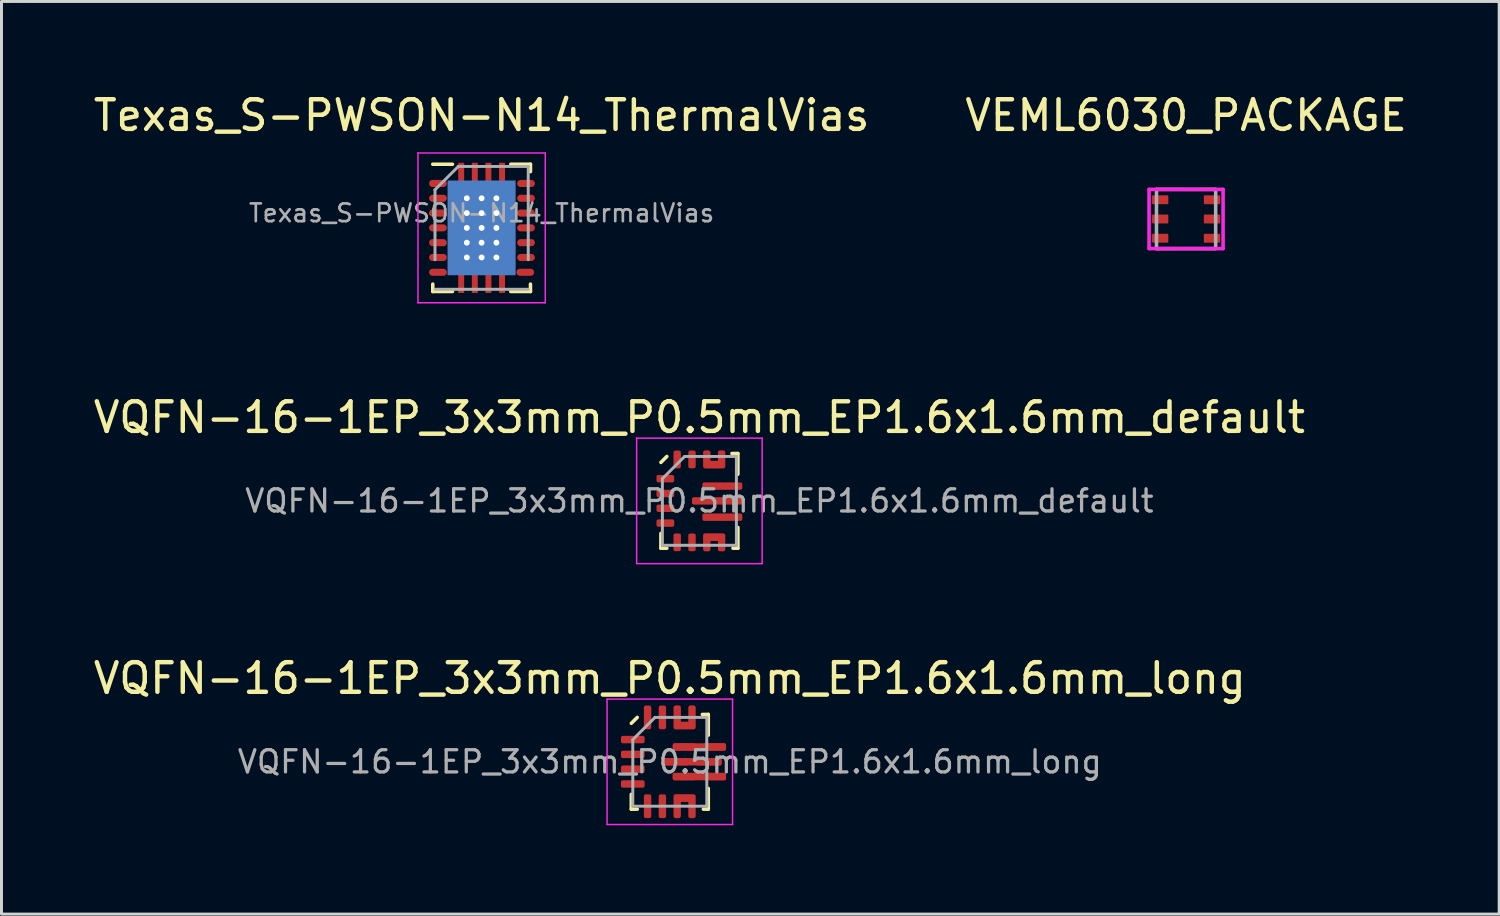
<source format=kicad_pcb>
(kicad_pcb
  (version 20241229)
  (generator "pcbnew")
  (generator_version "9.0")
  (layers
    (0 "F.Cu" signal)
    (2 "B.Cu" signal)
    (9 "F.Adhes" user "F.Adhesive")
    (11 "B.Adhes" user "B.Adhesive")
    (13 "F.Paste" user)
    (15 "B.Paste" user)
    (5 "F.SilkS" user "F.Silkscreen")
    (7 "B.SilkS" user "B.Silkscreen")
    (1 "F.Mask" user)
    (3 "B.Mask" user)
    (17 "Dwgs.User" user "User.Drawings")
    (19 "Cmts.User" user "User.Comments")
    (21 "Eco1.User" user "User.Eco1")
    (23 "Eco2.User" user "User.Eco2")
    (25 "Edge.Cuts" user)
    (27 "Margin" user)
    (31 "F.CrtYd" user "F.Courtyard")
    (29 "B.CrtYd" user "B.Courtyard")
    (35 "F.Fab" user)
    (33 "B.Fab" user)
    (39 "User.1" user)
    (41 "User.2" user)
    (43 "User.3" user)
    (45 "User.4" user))
  (footprint "VEML6030_PACKAGE"
    (layer "F.Cu")
    (at 37.018 4.348)
    (property "Reference" "VEML6030_PACKAGE" (at 0 -3.5 0) (layer "F.SilkS") (effects (font (size 1 1) (thickness 0.15))))
    (attr through_hole)
    (fp_line (start -1 -1) (end 0 -1) (stroke (width 0.1) (type solid)) (layer "F.SilkS"))
    (fp_line (start -1 1) (end -0.5 1) (stroke (width 0.1) (type solid)) (layer "F.SilkS"))
    (fp_line (start 1 -1) (end 0.5 -1) (stroke (width 0.1) (type solid)) (layer "F.SilkS"))
    (fp_line (start 1 1) (end 0.5 1) (stroke (width 0.1) (type solid)) (layer "F.SilkS"))
    (fp_line (start -1.25 -1) (end 1.25 -1) (stroke (width 0.12) (type solid)) (layer "F.CrtYd"))
    (fp_line (start -1.25 1) (end -1.25 -1) (stroke (width 0.12) (type solid)) (layer "F.CrtYd"))
    (fp_line (start 1.25 -1) (end 1.25 1) (stroke (width 0.12) (type solid)) (layer "F.CrtYd"))
    (fp_line (start 1.25 1) (end -1.25 1) (stroke (width 0.12) (type solid)) (layer "F.CrtYd"))
    (fp_line (start -1 -1) (end 1 -1) (stroke (width 0.12) (type solid)) (layer "F.Fab"))
    (fp_line (start -1 1) (end -1 -1) (stroke (width 0.12) (type solid)) (layer "F.Fab"))
    (fp_line (start 1 -1) (end 1 1) (stroke (width 0.12) (type solid)) (layer "F.Fab"))
    (fp_line (start 1 1) (end -1 1) (stroke (width 0.12) (type solid)) (layer "F.Fab"))
    (pad "1" smd roundrect (at -0.875 -0.65) (size 0.55 0.3) (layers "F.Cu" "F.Mask" "F.Paste") (roundrect_rratio 0.1))
    (pad "2" smd roundrect (at -0.875 0) (size 0.55 0.3) (layers "F.Cu" "F.Mask" "F.Paste") (roundrect_rratio 0.1))
    (pad "3" smd roundrect (at -0.875 0.65) (size 0.55 0.3) (layers "F.Cu" "F.Mask" "F.Paste") (roundrect_rratio 0.1))
    (pad "4" smd roundrect (at 0.875 -0.65) (size 0.55 0.3) (layers "F.Cu" "F.Mask" "F.Paste") (roundrect_rratio 0.1))
    (pad "5" smd roundrect (at 0.875 0) (size 0.55 0.3) (layers "F.Cu" "F.Mask" "F.Paste") (roundrect_rratio 0.1))
    (pad "6" smd roundrect (at 0.875 0.65) (size 0.55 0.3) (layers "F.Cu" "F.Mask" "F.Paste") (roundrect_rratio 0.1)))
  (footprint "VQFN-16-1EP_3x3mm_P0.5mm_EP1.6x1.6mm_long"
    (layer "F.Cu")
    (at 19.577 22.685)
    (property "Reference" "VQFN-16-1EP_3x3mm_P0.5mm_EP1.6x1.6mm_long" (at 0 -2.82 0) (layer "F.SilkS") (effects (font (size 1 1) (thickness 0.15))))
    (attr smd)
    (fp_line (start -1.3 1.6) (end -1.3 1.1) (stroke (width 0.12) (type solid)) (layer "F.SilkS"))
    (fp_line (start -1.1 -1.5) (end -1.3 -1.3) (stroke (width 0.12) (type solid)) (layer "F.SilkS"))
    (fp_line (start -1.1 1.6) (end -1.3 1.6) (stroke (width 0.12) (type solid)) (layer "F.SilkS"))
    (fp_line (start 1.1 -1.6) (end 1.3 -1.6) (stroke (width 0.12) (type solid)) (layer "F.SilkS"))
    (fp_line (start 1.135 1.6) (end 1.3 1.6) (stroke (width 0.12) (type solid)) (layer "F.SilkS"))
    (fp_line (start 1.3 -1.6) (end 1.3 -0.9) (stroke (width 0.12) (type solid)) (layer "F.SilkS"))
    (fp_line (start 1.3 1.6) (end 1.3 0.9) (stroke (width 0.12) (type solid)) (layer "F.SilkS"))
    (fp_line (start -2.12 -2.12) (end -2.12 2.12) (stroke (width 0.05) (type solid)) (layer "F.CrtYd"))
    (fp_line (start -2.12 2.12) (end 2.12 2.12) (stroke (width 0.05) (type solid)) (layer "F.CrtYd"))
    (fp_line (start 2.12 -2.12) (end -2.12 -2.12) (stroke (width 0.05) (type solid)) (layer "F.CrtYd"))
    (fp_line (start 2.12 2.12) (end 2.12 -2.12) (stroke (width 0.05) (type solid)) (layer "F.CrtYd"))
    (fp_line (start -1.25 -0.75) (end -0.5 -1.5) (stroke (width 0.1) (type solid)) (layer "F.Fab"))
    (fp_line (start -1.25 1.5) (end -1.25 -0.75) (stroke (width 0.1) (type solid)) (layer "F.Fab"))
    (fp_line (start -0.5 -1.5) (end 1.25 -1.5) (stroke (width 0.1) (type solid)) (layer "F.Fab"))
    (fp_line (start 1.25 -1.5) (end 1.25 1.5) (stroke (width 0.1) (type solid)) (layer "F.Fab"))
    (fp_line (start 1.25 1.5) (end -1.25 1.5) (stroke (width 0.1) (type solid)) (layer "F.Fab"))
    (fp_text user "${REFERENCE}" (at 0 0 0) (layer "F.Fab") (effects (font (size 0.75 0.75) (thickness 0.11))))
    (pad "1" smd roundrect (at -1.25 -0.75) (size 0.8 0.25) (layers "F.Cu" "F.Mask" "F.Paste") (roundrect_rratio 0.25))
    (pad "2" smd roundrect (at -1.25 -0.25) (size 0.8 0.25) (layers "F.Cu" "F.Mask" "F.Paste") (roundrect_rratio 0.25))
    (pad "3" smd roundrect (at -1.25 0.25) (size 0.8 0.25) (layers "F.Cu" "F.Mask" "F.Paste") (roundrect_rratio 0.25))
    (pad "4" smd roundrect (at -1.25 0.75) (size 0.8 0.25) (layers "F.Cu" "F.Mask" "F.Paste") (roundrect_rratio 0.25))
    (pad "5" smd roundrect (at -0.75 1.5) (size 0.25 0.8) (layers "F.Cu" "F.Mask" "F.Paste") (roundrect_rratio 0.25))
    (pad "6" smd roundrect (at -0.25 1.5) (size 0.25 0.8) (layers "F.Cu" "F.Mask" "F.Paste") (roundrect_rratio 0.25))
    (pad "7" smd custom (at 0.25 1.5) (size 0.25 0.8) (layers "F.Cu" "F.Mask" "F.Paste") (options (anchor circle)) (primitives (gr_poly (pts (xy 0.56 0.34) (xy 0.44 0.34) (xy 0.44 -0.21) (xy 0.06 -0.21) (xy 0.06 0.34) (xy -0.06 0.34) (xy -0.06 -0.34) (xy 0.56 -0.34)) (width 0.13) (fill yes))))
    (pad "9" smd roundrect (at 1 0.5) (size 1.8 0.25) (layers "F.Cu" "F.Mask") (roundrect_rratio 0.25))
    (pad "10" smd roundrect (at 0.75 0) (size 2 0.25) (layers "F.Cu" "F.Mask") (roundrect_rratio 0.25))
    (pad "11" smd roundrect (at 1 -0.5) (size 1.8 0.25) (layers "F.Cu" "F.Mask") (roundrect_rratio 0.25))
    (pad "12" smd custom (at 0.25 -1.5) (size 0.25 0.25) (layers "F.Cu" "F.Mask" "F.Paste") (options (anchor circle)) (primitives (gr_poly (pts (xy -0.06 -0.34) (xy 0.06 -0.34) (xy 0.06 0.21) (xy 0.44 0.21) (xy 0.44 -0.34) (xy 0.56 -0.34) (xy 0.56 0.34) (xy -0.06 0.34)) (width 0.13) (fill yes))))
    (pad "14" smd roundrect (at -0.25 -1.5) (size 0.25 0.8) (layers "F.Cu" "F.Mask" "F.Paste") (roundrect_rratio 0.25))
    (pad "15" smd roundrect (at -0.75 -1.5) (size 0.25 0.8) (layers "F.Cu" "F.Mask" "F.Paste") (roundrect_rratio 0.25))
    (pad "~" smd roundrect (at 0.188 0) (size 0.875 0.25) (layers "F.Cu" "F.Paste") (roundrect_rratio 0.25))
    (pad "~" smd roundrect (at 0.487 -0.5) (size 0.775 0.25) (layers "F.Cu" "F.Paste") (roundrect_rratio 0.25))
    (pad "~" smd roundrect (at 0.487 0.5) (size 0.775 0.25) (layers "F.Cu" "F.Paste") (roundrect_rratio 0.25))
    (pad "~" smd roundrect (at 1.312 0) (size 0.875 0.25) (layers "F.Cu" "F.Paste") (roundrect_rratio 0.25))
    (pad "~" smd roundrect (at 1.512 -0.5) (size 0.775 0.25) (layers "F.Cu" "F.Paste") (roundrect_rratio 0.25))
    (pad "~" smd roundrect (at 1.512 0.5) (size 0.775 0.25) (layers "F.Cu" "F.Paste") (roundrect_rratio 0.25)))
  (footprint "VQFN-16-1EP_3x3mm_P0.5mm_EP1.6x1.6mm_default"
    (layer "F.Cu")
    (at 20.577 13.871)
    (property "Reference" "VQFN-16-1EP_3x3mm_P0.5mm_EP1.6x1.6mm_default" (at 0 -2.82 0) (layer "F.SilkS") (effects (font (size 1 1) (thickness 0.15))))
    (attr smd)
    (fp_line (start -1.3 1.6) (end -1.3 1.1) (stroke (width 0.12) (type solid)) (layer "F.SilkS"))
    (fp_line (start -1.1 -1.5) (end -1.3 -1.3) (stroke (width 0.12) (type solid)) (layer "F.SilkS"))
    (fp_line (start -1.1 1.6) (end -1.3 1.6) (stroke (width 0.12) (type solid)) (layer "F.SilkS"))
    (fp_line (start 1.1 -1.6) (end 1.3 -1.6) (stroke (width 0.12) (type solid)) (layer "F.SilkS"))
    (fp_line (start 1.135 1.6) (end 1.3 1.6) (stroke (width 0.12) (type solid)) (layer "F.SilkS"))
    (fp_line (start 1.3 -1.6) (end 1.3 -0.9) (stroke (width 0.12) (type solid)) (layer "F.SilkS"))
    (fp_line (start 1.3 1.6) (end 1.3 0.9) (stroke (width 0.12) (type solid)) (layer "F.SilkS"))
    (fp_line (start -2.12 -2.12) (end -2.12 2.12) (stroke (width 0.05) (type solid)) (layer "F.CrtYd"))
    (fp_line (start -2.12 2.12) (end 2.12 2.12) (stroke (width 0.05) (type solid)) (layer "F.CrtYd"))
    (fp_line (start 2.12 -2.12) (end -2.12 -2.12) (stroke (width 0.05) (type solid)) (layer "F.CrtYd"))
    (fp_line (start 2.12 2.12) (end 2.12 -2.12) (stroke (width 0.05) (type solid)) (layer "F.CrtYd"))
    (fp_line (start -1.25 -0.75) (end -0.5 -1.5) (stroke (width 0.1) (type solid)) (layer "F.Fab"))
    (fp_line (start -1.25 1.5) (end -1.25 -0.75) (stroke (width 0.1) (type solid)) (layer "F.Fab"))
    (fp_line (start -0.5 -1.5) (end 1.25 -1.5) (stroke (width 0.1) (type solid)) (layer "F.Fab"))
    (fp_line (start 1.25 -1.5) (end 1.25 1.5) (stroke (width 0.1) (type solid)) (layer "F.Fab"))
    (fp_line (start 1.25 1.5) (end -1.25 1.5) (stroke (width 0.1) (type solid)) (layer "F.Fab"))
    (fp_text user "${REFERENCE}" (at 0 0 0) (layer "F.Fab") (effects (font (size 0.75 0.75) (thickness 0.11))))
    (pad "1" smd roundrect (at -1.15 -0.75) (size 0.6 0.25) (layers "F.Cu" "F.Mask" "F.Paste") (roundrect_rratio 0.25))
    (pad "2" smd roundrect (at -1.15 -0.25) (size 0.6 0.25) (layers "F.Cu" "F.Mask" "F.Paste") (roundrect_rratio 0.25))
    (pad "3" smd roundrect (at -1.15 0.25) (size 0.6 0.25) (layers "F.Cu" "F.Mask" "F.Paste") (roundrect_rratio 0.25))
    (pad "4" smd roundrect (at -1.15 0.75) (size 0.6 0.25) (layers "F.Cu" "F.Mask" "F.Paste") (roundrect_rratio 0.25))
    (pad "5" smd roundrect (at -0.75 1.4) (size 0.25 0.6) (layers "F.Cu" "F.Mask" "F.Paste") (roundrect_rratio 0.25))
    (pad "6" smd roundrect (at -0.25 1.4) (size 0.25 0.6) (layers "F.Cu" "F.Mask" "F.Paste") (roundrect_rratio 0.25))
    (pad "7" smd custom (at 0.25 1.4) (size 0.25 0.6) (layers "F.Cu" "F.Mask" "F.Paste") (options (anchor circle)) (primitives (gr_poly (pts (xy 0.56 0.24) (xy 0.44 0.24) (xy 0.44 -0.11) (xy 0.06 -0.11) (xy 0.06 0.24) (xy -0.06 0.24) (xy -0.06 -0.24) (xy 0.56 -0.24)) (width 0.13) (fill yes))))
    (pad "9" smd roundrect (at 0.775 0.55) (size 1.35 0.25) (layers "F.Cu" "F.Mask" "F.Paste") (roundrect_rratio 0.25))
    (pad "10" smd roundrect (at 0.6 0) (size 1.7 0.25) (layers "F.Cu" "F.Mask" "F.Paste") (roundrect_rratio 0.25))
    (pad "11" smd roundrect (at 0.775 -0.5) (size 1.35 0.25) (layers "F.Cu" "F.Mask" "F.Paste") (roundrect_rratio 0.25))
    (pad "12" smd custom (at 0.75 -1.4 180) (size 0.25 0.25) (layers "F.Cu" "F.Mask" "F.Paste") (options (anchor circle)) (primitives (gr_poly (pts (xy 0.56 0.24) (xy 0.44 0.24) (xy 0.44 -0.11) (xy 0.06 -0.11) (xy 0.06 0.24) (xy -0.06 0.24) (xy -0.06 -0.24) (xy 0.56 -0.24)) (width 0.13) (fill yes))))
    (pad "14" smd roundrect (at -0.25 -1.4) (size 0.25 0.6) (layers "F.Cu" "F.Mask" "F.Paste") (roundrect_rratio 0.25))
    (pad "15" smd roundrect (at -0.75 -1.4) (size 0.25 0.6) (layers "F.Cu" "F.Mask" "F.Paste") (roundrect_rratio 0.25)))
  (footprint "Texas_S-PWSON-N14_ThermalVias"
    (layer "F.Cu")
    (at 13.22 4.648)
    (property "Reference" "Texas_S-PWSON-N14_ThermalVias" (at 0 -3.8 0) (layer "F.SilkS") (effects (font (size 1 1) (thickness 0.15))))
    (attr smd)
    (fp_line (start -1.65 -2.15) (end -0.985 -2.15) (stroke (width 0.12) (type solid)) (layer "F.SilkS"))
    (fp_line (start -1.65 2.15) (end -1.65 1.9) (stroke (width 0.12) (type solid)) (layer "F.SilkS"))
    (fp_line (start -1.65 2.15) (end -0.985 2.15) (stroke (width 0.12) (type solid)) (layer "F.SilkS"))
    (fp_line (start 0.985 -2.15) (end 1.65 -2.15) (stroke (width 0.12) (type solid)) (layer "F.SilkS"))
    (fp_line (start 0.985 2.15) (end 1.65 2.15) (stroke (width 0.12) (type solid)) (layer "F.SilkS"))
    (fp_line (start 1.65 -1.9) (end 1.65 -2.15) (stroke (width 0.12) (type solid)) (layer "F.SilkS"))
    (fp_line (start 1.65 1.9) (end 1.65 2.15) (stroke (width 0.12) (type solid)) (layer "F.SilkS"))
    (fp_poly (pts (xy -0.78 0.11) (xy -0.14 0.11) (xy -0.14 2.19) (xy -0.32 2.19) (xy -0.32 1.35) (xy -0.6 1.35) (xy -0.6 2.19) (xy -0.78 2.19)) (stroke (width 0.02) (type solid)) (fill yes) (layer "F.Paste"))
    (fp_poly (pts (xy -0.14 -0.11) (xy -0.78 -0.11) (xy -0.78 -2.19) (xy -0.6 -2.19) (xy -0.6 -1.34) (xy -0.32 -1.34) (xy -0.32 -2.19) (xy -0.14 -2.19)) (stroke (width 0.02) (type solid)) (fill yes) (layer "F.Paste"))
    (fp_poly (pts (xy 0.14 0.11) (xy 0.78 0.11) (xy 0.78 2.19) (xy 0.6 2.19) (xy 0.6 1.34) (xy 0.32 1.34) (xy 0.32 2.19) (xy 0.14 2.19)) (stroke (width 0.02) (type solid)) (fill yes) (layer "F.Paste"))
    (fp_poly (pts (xy 0.78 -0.11) (xy 0.14 -0.11) (xy 0.14 -2.19) (xy 0.32 -2.19) (xy 0.32 -1.35) (xy 0.6 -1.35) (xy 0.6 -2.19) (xy 0.78 -2.19)) (stroke (width 0.02) (type solid)) (fill yes) (layer "F.Paste"))
    (fp_line (start -2.15 -2.53) (end -2.15 2.53) (stroke (width 0.05) (type solid)) (layer "F.CrtYd"))
    (fp_line (start -2.15 -2.53) (end 2.15 -2.53) (stroke (width 0.05) (type solid)) (layer "F.CrtYd"))
    (fp_line (start -2.15 2.53) (end 2.15 2.53) (stroke (width 0.05) (type solid)) (layer "F.CrtYd"))
    (fp_line (start 2.15 -2.53) (end 2.15 2.53) (stroke (width 0.05) (type solid)) (layer "F.CrtYd"))
    (fp_line (start -1.575 1.075) (end -1.575 -1.288) (stroke (width 0.1) (type solid)) (layer "F.Fab"))
    (fp_line (start -0.787 -2.075) (end -1.575 -1.288) (stroke (width 0.1) (type solid)) (layer "F.Fab"))
    (fp_line (start -0.787 -2.075) (end 1.575 -2.075) (stroke (width 0.1) (type solid)) (layer "F.Fab"))
    (fp_line (start 1.575 -2.075) (end 1.575 1.075) (stroke (width 0.1) (type solid)) (layer "F.Fab"))
    (fp_line (start 1.575 2.075) (end -1.575 2.075) (stroke (width 0.1) (type solid)) (layer "F.Fab"))
    (fp_text user "${REFERENCE}" (at 0 -0.5 0) (layer "F.Fab") (effects (font (size 0.6 0.6) (thickness 0.09))))
    (pad "1" smd oval (at -1.475 -1.5 180) (size 0.6 0.24) (layers "F.Cu" "F.Mask" "F.Paste"))
    (pad "2" smd oval (at -1.475 -1 180) (size 0.6 0.24) (layers "F.Cu" "F.Mask" "F.Paste"))
    (pad "3" smd oval (at -1.475 -0.5 180) (size 0.6 0.24) (layers "F.Cu" "F.Mask" "F.Paste"))
    (pad "4" smd oval (at -1.475 0 180) (size 0.6 0.24) (layers "F.Cu" "F.Mask" "F.Paste"))
    (pad "5" smd oval (at -1.475 0.5 180) (size 0.6 0.24) (layers "F.Cu" "F.Mask" "F.Paste"))
    (pad "6" smd oval (at -1.475 1 180) (size 0.6 0.24) (layers "F.Cu" "F.Mask" "F.Paste"))
    (pad "7" smd oval (at -1.475 1.5 180) (size 0.6 0.24) (layers "F.Cu" "F.Mask" "F.Paste"))
    (pad "8" smd oval (at 1.475 1.5) (size 0.6 0.24) (layers "F.Cu" "F.Mask" "F.Paste"))
    (pad "9" smd oval (at 1.5 1) (size 0.6 0.24) (layers "F.Cu" "F.Mask" "F.Paste"))
    (pad "10" smd oval (at 1.5 0.5) (size 0.6 0.24) (layers "F.Cu" "F.Mask" "F.Paste"))
    (pad "11" smd oval (at 1.5 0) (size 0.6 0.24) (layers "F.Cu" "F.Mask" "F.Paste"))
    (pad "12" smd oval (at 1.5 -0.5) (size 0.6 0.24) (layers "F.Cu" "F.Mask" "F.Paste"))
    (pad "13" smd oval (at 1.5 -1) (size 0.6 0.24) (layers "F.Cu" "F.Mask" "F.Paste"))
    (pad "14" smd oval (at 1.5 -1.5) (size 0.6 0.24) (layers "F.Cu" "F.Mask" "F.Paste"))
    (pad "15" smd rect (at -0.69 -1.812) (size 0.2 0.775) (layers "F.Cu" "F.Mask"))
    (pad "15" smd rect (at -0.69 1.812) (size 0.2 0.775) (layers "F.Cu" "F.Mask"))
    (pad "15" thru_hole circle (at -0.5 -1) (size 0.45 0.45) (drill 0.2) (layers "*.Cu"))
    (pad "15" thru_hole circle (at -0.5 -0.5) (size 0.45 0.45) (drill 0.2) (layers "*.Cu"))
    (pad "15" thru_hole circle (at -0.5 0) (size 0.45 0.45) (drill 0.2) (layers "*.Cu"))
    (pad "15" thru_hole circle (at -0.5 0.5) (size 0.45 0.45) (drill 0.2) (layers "*.Cu"))
    (pad "15" thru_hole circle (at -0.5 1) (size 0.45 0.45) (drill 0.2) (layers "*.Cu"))
    (pad "15" smd rect (at -0.23 -1.812) (size 0.2 0.775) (layers "F.Cu" "F.Mask"))
    (pad "15" smd rect (at -0.23 1.812) (size 0.2 0.775) (layers "F.Cu" "F.Mask"))
    (pad "15" smd rect (at -0.001 0) (size 2.3 3.2) (layers "B.Cu"))
    (pad "15" thru_hole circle (at 0 -1) (size 0.45 0.45) (drill 0.2) (layers "*.Cu"))
    (pad "15" thru_hole circle (at 0 -0.5) (size 0.45 0.45) (drill 0.2) (layers "*.Cu"))
    (pad "15" thru_hole circle (at 0 0) (size 0.45 0.45) (drill 0.2) (layers "*.Cu"))
    (pad "15" smd rect (at 0 0) (size 1.58 2.85) (layers "F.Cu" "F.Mask"))
    (pad "15" thru_hole circle (at 0 0.5) (size 0.45 0.45) (drill 0.2) (layers "*.Cu"))
    (pad "15" thru_hole circle (at 0 1) (size 0.45 0.45) (drill 0.2) (layers "*.Cu"))
    (pad "15" smd rect (at 0.23 -1.812) (size 0.2 0.775) (layers "F.Cu" "F.Mask"))
    (pad "15" smd rect (at 0.23 1.812) (size 0.2 0.775) (layers "F.Cu" "F.Mask"))
    (pad "15" thru_hole circle (at 0.5 -1) (size 0.45 0.45) (drill 0.2) (layers "*.Cu"))
    (pad "15" thru_hole circle (at 0.5 -0.5) (size 0.45 0.45) (drill 0.2) (layers "*.Cu"))
    (pad "15" thru_hole circle (at 0.5 0) (size 0.45 0.45) (drill 0.2) (layers "*.Cu"))
    (pad "15" thru_hole circle (at 0.5 0.5) (size 0.45 0.45) (drill 0.2) (layers "*.Cu"))
    (pad "15" thru_hole circle (at 0.5 1) (size 0.45 0.45) (drill 0.2) (layers "*.Cu"))
    (pad "15" smd rect (at 0.69 -1.812) (size 0.2 0.775) (layers "F.Cu" "F.Mask"))
    (pad "15" smd rect (at 0.69 1.812) (size 0.2 0.775) (layers "F.Cu" "F.Mask")))
  (gr_rect
    (start -3 -3)
    (end 47.595 27.83)
    (stroke (width 0.1) (type default))
    (fill no)
    (layer "Edge.Cuts")))
</source>
